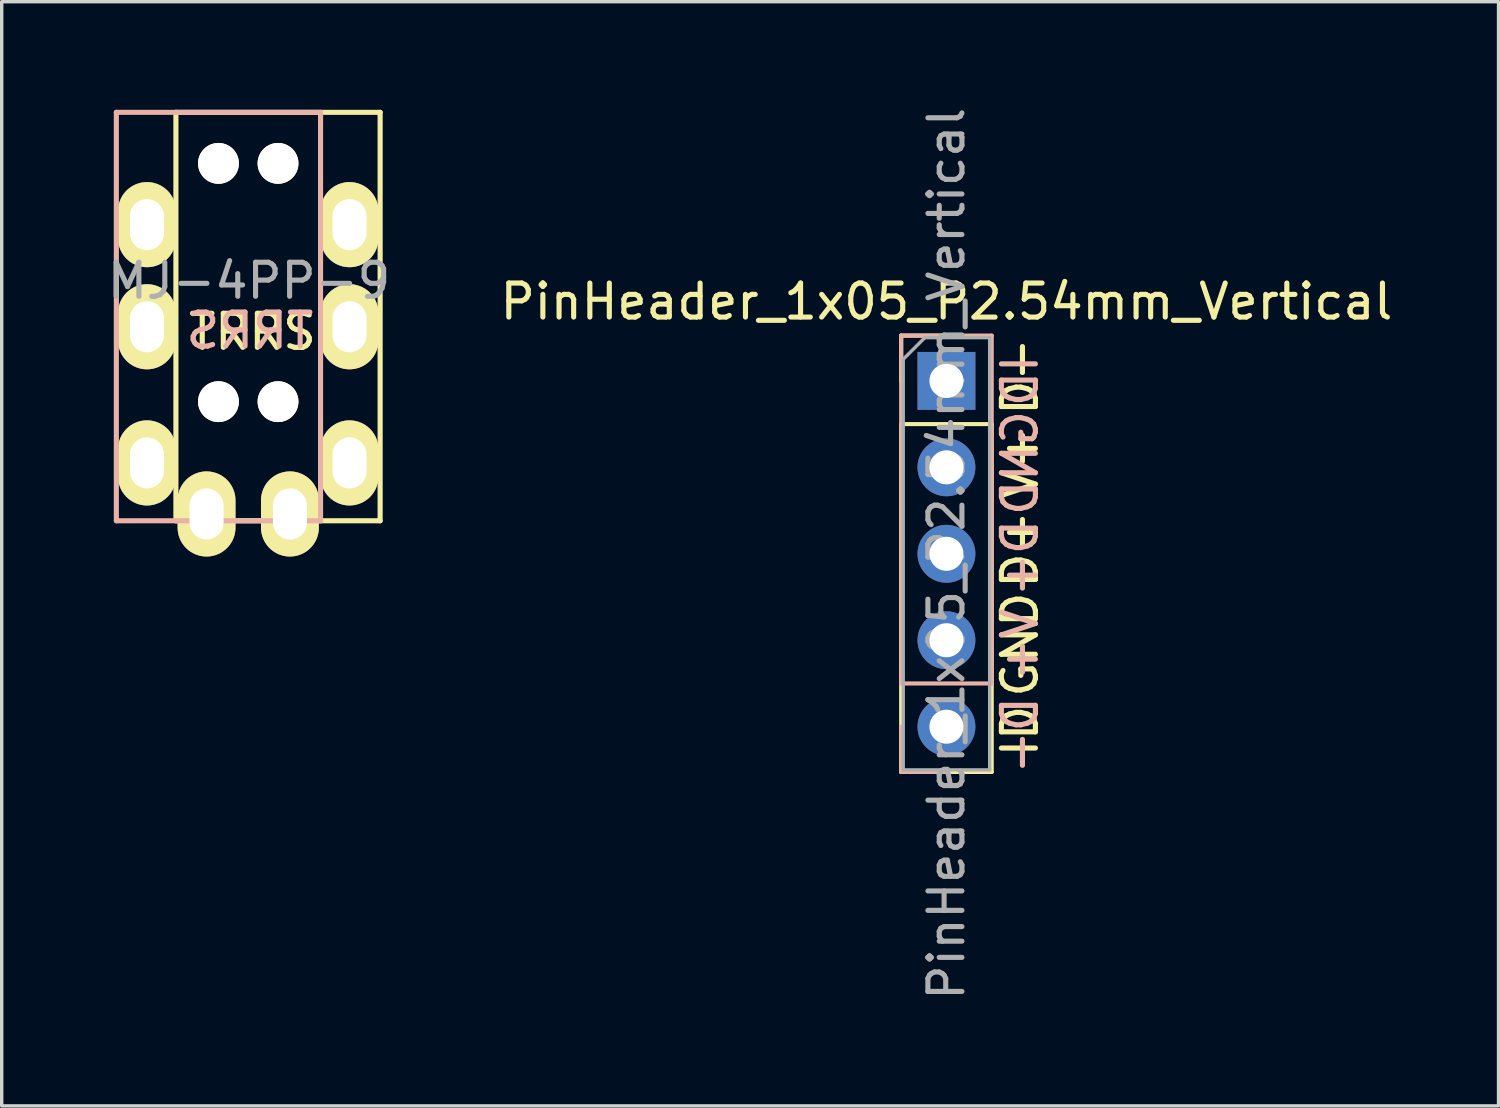
<source format=kicad_pcb>
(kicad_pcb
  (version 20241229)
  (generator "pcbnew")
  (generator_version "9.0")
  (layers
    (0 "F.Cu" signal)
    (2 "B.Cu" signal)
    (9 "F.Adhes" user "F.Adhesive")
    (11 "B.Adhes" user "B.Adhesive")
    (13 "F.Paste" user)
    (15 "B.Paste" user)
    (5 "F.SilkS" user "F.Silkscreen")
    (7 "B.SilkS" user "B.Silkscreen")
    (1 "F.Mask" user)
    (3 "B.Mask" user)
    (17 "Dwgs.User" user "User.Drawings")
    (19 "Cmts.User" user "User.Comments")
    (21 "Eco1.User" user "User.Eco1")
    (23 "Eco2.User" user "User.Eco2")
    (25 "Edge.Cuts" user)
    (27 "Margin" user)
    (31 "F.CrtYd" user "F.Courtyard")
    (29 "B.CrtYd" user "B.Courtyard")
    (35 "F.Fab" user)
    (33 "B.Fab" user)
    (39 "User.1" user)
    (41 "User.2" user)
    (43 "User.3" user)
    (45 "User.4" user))
  (footprint "PinHeader_1x05_P2.54mm_Vertical"
    (layer "F.Cu")
    (at 24.756 8.14)
    (property "Reference" "PinHeader_1x05_P2.54mm_Vertical" (at 0 -2.33 0) (layer "F.SilkS") (effects (font (size 1 1) (thickness 0.15))))
    (attr through_hole)
    (fp_line (start -1.33 -1.33) (end 0 -1.33) (stroke (width 0.12) (type solid)) (layer "F.SilkS"))
    (fp_line (start -1.33 0) (end -1.33 -1.33) (stroke (width 0.12) (type solid)) (layer "F.SilkS"))
    (fp_line (start -1.33 1.27) (end -1.33 11.49) (stroke (width 0.12) (type solid)) (layer "F.SilkS"))
    (fp_line (start -1.33 1.27) (end 1.33 1.27) (stroke (width 0.12) (type solid)) (layer "F.SilkS"))
    (fp_line (start -1.33 11.49) (end 1.33 11.49) (stroke (width 0.12) (type solid)) (layer "F.SilkS"))
    (fp_line (start 1.33 1.27) (end 1.33 11.49) (stroke (width 0.12) (type solid)) (layer "F.SilkS"))
    (fp_line (start -1.33 -1.33) (end 1.33 -1.33) (stroke (width 0.12) (type solid)) (layer "B.SilkS"))
    (fp_line (start -1.33 8.89) (end -1.33 -1.33) (stroke (width 0.12) (type solid)) (layer "B.SilkS"))
    (fp_line (start -1.33 8.89) (end 1.33 8.89) (stroke (width 0.12) (type solid)) (layer "B.SilkS"))
    (fp_line (start -1.33 10.16) (end -1.33 11.49) (stroke (width 0.12) (type solid)) (layer "B.SilkS"))
    (fp_line (start -1.33 11.49) (end 0 11.49) (stroke (width 0.12) (type solid)) (layer "B.SilkS"))
    (fp_line (start 1.33 8.89) (end 1.33 -1.33) (stroke (width 0.12) (type solid)) (layer "B.SilkS"))
    (fp_line (start -1.27 -0.635) (end -0.635 -1.27) (stroke (width 0.1) (type solid)) (layer "F.Fab"))
    (fp_line (start -1.27 11.43) (end -1.27 -0.635) (stroke (width 0.1) (type solid)) (layer "F.Fab"))
    (fp_line (start -0.635 -1.27) (end 1.27 -1.27) (stroke (width 0.1) (type solid)) (layer "F.Fab"))
    (fp_line (start 1.27 -1.27) (end 1.27 11.43) (stroke (width 0.1) (type solid)) (layer "F.Fab"))
    (fp_line (start 1.27 11.43) (end -1.27 11.43) (stroke (width 0.1) (type solid)) (layer "F.Fab"))
    (fp_text user "D-" (at 2.159 -0.127 90) (layer "F.SilkS") (effects (font (size 1 1) (thickness 0.15))))
    (fp_text user "ID" (at 2.159 10.287 90) (layer "F.SilkS") (effects (font (size 1 1) (thickness 0.15))))
    (fp_text user "V+" (at 2.159 2.413 270) (layer "F.SilkS") (effects (font (size 1 1) (thickness 0.15))))
    (fp_text user "GND" (at 2.159 7.747 270) (layer "F.SilkS") (effects (font (size 1 1) (thickness 0.15))))
    (fp_text user "D+" (at 2.159 4.953 270) (layer "F.SilkS") (effects (font (size 1 1) (thickness 0.15))))
    (fp_text user "ID" (at 2.159 0 90) (layer "B.SilkS") (effects (font (size 1 1) (thickness 0.15)) (justify mirror)))
    (fp_text user "V+" (at 2.159 7.747 270) (layer "B.SilkS") (effects (font (size 1 1) (thickness 0.15)) (justify mirror)))
    (fp_text user "D-" (at 2.159 10.414 90) (layer "B.SilkS") (effects (font (size 1 1) (thickness 0.15)) (justify mirror)))
    (fp_text user "GND" (at 2.159 2.413 270) (layer "B.SilkS") (effects (font (size 1 1) (thickness 0.15)) (justify mirror)))
    (fp_text user "D+" (at 2.159 5.207 270) (layer "B.SilkS") (effects (font (size 1 1) (thickness 0.15)) (justify mirror)))
    (fp_text user "${REFERENCE}" (at 0 5.08 90) (layer "F.Fab") (effects (font (size 1 1) (thickness 0.15))))
    (pad "1" thru_hole rect (at 0 0) (size 1.7 1.7) (drill 1) (layers "*.Cu" "*.Mask"))
    (pad "2" thru_hole oval (at 0 2.54) (size 1.7 1.7) (drill 1) (layers "*.Cu" "*.Mask"))
    (pad "3" thru_hole oval (at 0 5.08) (size 1.7 1.7) (drill 1) (layers "*.Cu" "*.Mask"))
    (pad "4" thru_hole oval (at 0 7.62) (size 1.7 1.7) (drill 1) (layers "*.Cu" "*.Mask"))
    (pad "5" thru_hole oval (at 0 10.16) (size 1.7 1.7) (drill 1) (layers "*.Cu" "*.Mask")))
  (footprint "MJ-4PP-9"
    (layer "F.Cu")
    (at 5.118 0.25)
    (property "Reference" "MJ-4PP-9" (at -0.85 4.95 0) (layer "F.Fab") (effects (font (size 1 1) (thickness 0.15))))
    (attr through_hole)
    (fp_line (start -3 0) (end 3 0) (stroke (width 0.15) (type solid)) (layer "F.SilkS"))
    (fp_line (start -3 12) (end -3 0) (stroke (width 0.15) (type solid)) (layer "F.SilkS"))
    (fp_line (start 3 0) (end 3 12) (stroke (width 0.15) (type solid)) (layer "F.SilkS"))
    (fp_line (start 3 12) (end -3 12) (stroke (width 0.15) (type solid)) (layer "F.SilkS"))
    (fp_line (start -4.75 0) (end 1.25 0) (stroke (width 0.15) (type solid)) (layer "B.SilkS"))
    (fp_line (start -4.75 12) (end -4.75 0) (stroke (width 0.15) (type solid)) (layer "B.SilkS"))
    (fp_line (start 1.25 0) (end 1.25 12) (stroke (width 0.15) (type solid)) (layer "B.SilkS"))
    (fp_line (start 1.25 12) (end -4.75 12) (stroke (width 0.15) (type solid)) (layer "B.SilkS"))
    (fp_text user "TRRS" (at -0.75 6.45 0) (layer "F.SilkS") (effects (font (size 1 1) (thickness 0.15))))
    (fp_text user "TRRS" (at -0.826 6.413 0) (layer "B.SilkS") (effects (font (size 1 1) (thickness 0.15)) (justify mirror)))
    (pad "" np_thru_hole circle (at -1.75 1.5) (size 1.2 1.2) (drill 1.2) (layers "*.Cu" "*.Mask" "F.SilkS"))
    (pad "" np_thru_hole circle (at -1.75 8.5) (size 1.2 1.2) (drill 1.2) (layers "*.Cu" "*.Mask" "F.SilkS"))
    (pad "" np_thru_hole circle (at 0 1.5) (size 1.2 1.2) (drill 1.2) (layers "*.Cu" "*.Mask" "F.SilkS"))
    (pad "" np_thru_hole circle (at 0 8.5) (size 1.2 1.2) (drill 1.2) (layers "*.Cu" "*.Mask" "F.SilkS"))
    (pad "1" thru_hole oval (at -2.1 11.8) (size 1.7 2.5) (drill oval 1 1.5) (layers "*.Cu" "*.Mask" "F.SilkS"))
    (pad "1" thru_hole oval (at 0.35 11.8) (size 1.7 2.5) (drill oval 1 1.5) (layers "*.Cu" "*.Mask" "F.SilkS"))
    (pad "2" thru_hole oval (at -3.85 10.3) (size 1.7 2.5) (drill oval 1 1.5) (layers "*.Cu" "*.Mask" "F.SilkS"))
    (pad "2" thru_hole oval (at 2.1 10.3) (size 1.7 2.5) (drill oval 1 1.5) (layers "*.Cu" "*.Mask" "F.SilkS"))
    (pad "3" thru_hole oval (at -3.85 6.3) (size 1.7 2.5) (drill oval 1 1.5) (layers "*.Cu" "*.Mask" "F.SilkS"))
    (pad "3" thru_hole oval (at 2.1 6.3) (size 1.7 2.5) (drill oval 1 1.5) (layers "*.Cu" "*.Mask" "F.SilkS"))
    (pad "4" thru_hole oval (at -3.85 3.3) (size 1.7 2.5) (drill oval 1 1.5) (layers "*.Cu" "*.Mask" "F.SilkS"))
    (pad "4" thru_hole oval (at 2.1 3.3) (size 1.7 2.5) (drill oval 1 1.5) (layers "*.Cu" "*.Mask" "F.SilkS")))
  (gr_rect
    (start -3 -3)
    (end 40.976 29.44)
    (stroke (width 0.1) (type default))
    (fill no)
    (layer "Edge.Cuts")))
</source>
